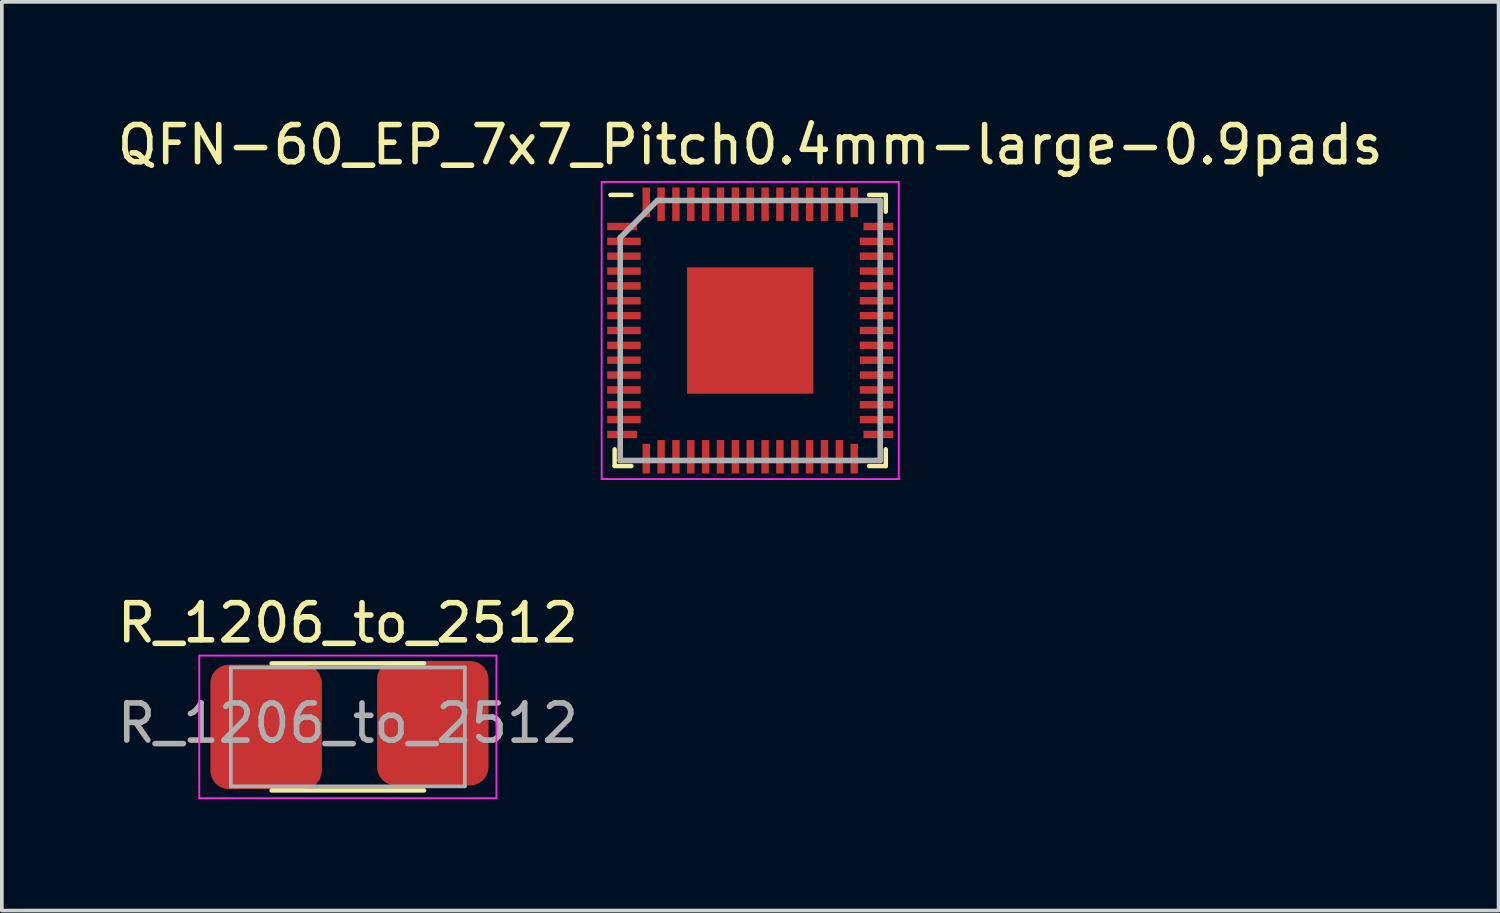
<source format=kicad_pcb>
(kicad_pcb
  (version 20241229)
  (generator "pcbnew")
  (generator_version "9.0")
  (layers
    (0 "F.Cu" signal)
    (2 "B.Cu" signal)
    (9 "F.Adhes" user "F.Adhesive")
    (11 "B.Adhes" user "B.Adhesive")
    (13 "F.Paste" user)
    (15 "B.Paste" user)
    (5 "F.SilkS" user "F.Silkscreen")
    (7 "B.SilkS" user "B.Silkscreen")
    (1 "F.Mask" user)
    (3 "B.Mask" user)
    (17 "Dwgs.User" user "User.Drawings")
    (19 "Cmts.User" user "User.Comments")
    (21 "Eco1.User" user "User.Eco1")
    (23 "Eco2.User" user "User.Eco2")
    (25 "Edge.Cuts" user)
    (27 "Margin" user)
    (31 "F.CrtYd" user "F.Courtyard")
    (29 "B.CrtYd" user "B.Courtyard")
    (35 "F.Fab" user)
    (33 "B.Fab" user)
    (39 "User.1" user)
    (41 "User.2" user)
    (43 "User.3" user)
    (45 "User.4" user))
  (footprint "R_1206_to_2512"
    (layer "F.Cu")
    (at 6.315 16.521)
    (property "Reference" "R_1206_to_2512" (at 0 -2.8 0) (layer "F.SilkS") (effects (font (size 1 1) (thickness 0.15))))
    (attr smd)
    (fp_line (start -2.052 -1.71) (end 2.052 -1.71) (stroke (width 0.12) (type solid)) (layer "F.SilkS"))
    (fp_line (start -2.052 1.71) (end 2.052 1.71) (stroke (width 0.12) (type solid)) (layer "F.SilkS"))
    (fp_line (start -4 -1.92) (end 4 -1.92) (stroke (width 0.05) (type solid)) (layer "F.CrtYd"))
    (fp_line (start -4 1.92) (end -4 -1.92) (stroke (width 0.05) (type solid)) (layer "F.CrtYd"))
    (fp_line (start 4 -1.92) (end 4 1.92) (stroke (width 0.05) (type solid)) (layer "F.CrtYd"))
    (fp_line (start 4 1.92) (end -4 1.92) (stroke (width 0.05) (type solid)) (layer "F.CrtYd"))
    (fp_line (start -3.15 -1.6) (end 3.15 -1.6) (stroke (width 0.1) (type solid)) (layer "F.Fab"))
    (fp_line (start -3.15 1.6) (end -3.15 -1.6) (stroke (width 0.1) (type solid)) (layer "F.Fab"))
    (fp_line (start 3.15 -1.6) (end 3.15 1.6) (stroke (width 0.1) (type solid)) (layer "F.Fab"))
    (fp_line (start 3.15 1.6) (end -3.15 1.6) (stroke (width 0.1) (type solid)) (layer "F.Fab"))
    (fp_text user "${REFERENCE}" (at 0 -0.1 0) (layer "F.Fab") (effects (font (size 1 1) (thickness 0.15))))
    (pad "1" smd roundrect (at -2.2 0) (size 3 3.35) (layers "F.Cu" "F.Mask" "F.Paste") (roundrect_rratio 0.164))
    (pad "2" smd roundrect (at 2.288 -0.1) (size 3 3.35) (layers "F.Cu" "F.Mask" "F.Paste") (roundrect_rratio 0.164)))
  (footprint "QFN-60_EP_7x7_Pitch0.4mm-large-0.9pads"
    (layer "F.Cu")
    (at 17.149 5.848)
    (property "Reference" "QFN-60_EP_7x7_Pitch0.4mm-large-0.9pads" (at 0 -5 0) (layer "F.SilkS") (effects (font (size 1 1) (thickness 0.15))))
    (attr smd)
    (fp_line (start -3.65 3.65) (end -3.65 3.2) (stroke (width 0.12) (type solid)) (layer "F.SilkS"))
    (fp_line (start -3.2 -3.65) (end -3.763 -3.65) (stroke (width 0.12) (type solid)) (layer "F.SilkS"))
    (fp_line (start -3.2 3.65) (end -3.65 3.65) (stroke (width 0.12) (type solid)) (layer "F.SilkS"))
    (fp_line (start 3.2 -3.65) (end 3.65 -3.65) (stroke (width 0.12) (type solid)) (layer "F.SilkS"))
    (fp_line (start 3.2 3.65) (end 3.65 3.65) (stroke (width 0.12) (type solid)) (layer "F.SilkS"))
    (fp_line (start 3.65 -3.65) (end 3.65 -3.2) (stroke (width 0.12) (type solid)) (layer "F.SilkS"))
    (fp_line (start 3.65 3.65) (end 3.65 3.2) (stroke (width 0.12) (type solid)) (layer "F.SilkS"))
    (fp_line (start -4 -4) (end 4 -4) (stroke (width 0.05) (type solid)) (layer "F.CrtYd"))
    (fp_line (start -4 4) (end -4 -4) (stroke (width 0.05) (type solid)) (layer "F.CrtYd"))
    (fp_line (start 4 -4) (end 4 4) (stroke (width 0.05) (type solid)) (layer "F.CrtYd"))
    (fp_line (start 4 4) (end -4 4) (stroke (width 0.05) (type solid)) (layer "F.CrtYd"))
    (fp_line (start -3.5 -2.5) (end -3.5 3.5) (stroke (width 0.15) (type solid)) (layer "F.Fab"))
    (fp_line (start -3.5 3.5) (end 3.5 3.5) (stroke (width 0.15) (type solid)) (layer "F.Fab"))
    (fp_line (start -2.5 -3.5) (end -3.5 -2.5) (stroke (width 0.15) (type solid)) (layer "F.Fab"))
    (fp_line (start 3.5 -3.5) (end -2.5 -3.5) (stroke (width 0.15) (type solid)) (layer "F.Fab"))
    (fp_line (start 3.5 3.5) (end 3.5 -3.5) (stroke (width 0.15) (type solid)) (layer "F.Fab"))
    (pad "1" smd rect (at -3.45 -2.8 90) (size 0.2 0.8) (layers "F.Cu" "F.Mask" "F.Paste"))
    (pad "1" smd rect (at 2.8 -3.45) (size 0.2 0.8) (layers "F.Cu" "F.Mask" "F.Paste"))
    (pad "2" smd rect (at -3.4 -2.4 90) (size 0.2 0.9) (layers "F.Cu" "F.Mask" "F.Paste"))
    (pad "3" smd rect (at -3.4 -2 90) (size 0.2 0.9) (layers "F.Cu" "F.Mask" "F.Paste"))
    (pad "4" smd rect (at -3.4 -1.6 90) (size 0.2 0.9) (layers "F.Cu" "F.Mask" "F.Paste"))
    (pad "5" smd rect (at -3.4 -1.2 90) (size 0.2 0.9) (layers "F.Cu" "F.Mask" "F.Paste"))
    (pad "6" smd rect (at -3.4 -0.8 90) (size 0.2 0.9) (layers "F.Cu" "F.Mask" "F.Paste"))
    (pad "7" smd rect (at -3.4 -0.4 90) (size 0.2 0.9) (layers "F.Cu" "F.Mask" "F.Paste"))
    (pad "8" smd rect (at -3.4 0 90) (size 0.2 0.9) (layers "F.Cu" "F.Mask" "F.Paste"))
    (pad "9" smd rect (at -3.4 0.4 90) (size 0.2 0.9) (layers "F.Cu" "F.Mask" "F.Paste"))
    (pad "10" smd rect (at -3.4 0.8 90) (size 0.2 0.9) (layers "F.Cu" "F.Mask" "F.Paste"))
    (pad "11" smd rect (at -3.4 1.2 90) (size 0.2 0.9) (layers "F.Cu" "F.Mask" "F.Paste"))
    (pad "12" smd rect (at -3.4 1.6 90) (size 0.2 0.9) (layers "F.Cu" "F.Mask" "F.Paste"))
    (pad "13" smd rect (at -3.4 2 90) (size 0.2 0.9) (layers "F.Cu" "F.Mask" "F.Paste"))
    (pad "14" smd rect (at -3.4 2.4 90) (size 0.2 0.9) (layers "F.Cu" "F.Mask" "F.Paste"))
    (pad "15" smd rect (at -3.45 2.8 90) (size 0.2 0.8) (layers "F.Cu" "F.Mask" "F.Paste"))
    (pad "16" smd rect (at -2.8 3.45) (size 0.2 0.8) (layers "F.Cu" "F.Mask" "F.Paste"))
    (pad "17" smd rect (at -2.4 3.4) (size 0.2 0.9) (layers "F.Cu" "F.Mask" "F.Paste"))
    (pad "18" smd rect (at -2 3.4) (size 0.2 0.9) (layers "F.Cu" "F.Mask" "F.Paste"))
    (pad "19" smd rect (at -1.6 3.4) (size 0.2 0.9) (layers "F.Cu" "F.Mask" "F.Paste"))
    (pad "20" smd rect (at -1.2 3.4) (size 0.2 0.9) (layers "F.Cu" "F.Mask" "F.Paste"))
    (pad "21" smd rect (at -0.8 3.4) (size 0.2 0.9) (layers "F.Cu" "F.Mask" "F.Paste"))
    (pad "22" smd rect (at -0.4 3.4) (size 0.2 0.9) (layers "F.Cu" "F.Mask" "F.Paste"))
    (pad "23" smd rect (at 0 3.4) (size 0.2 0.9) (layers "F.Cu" "F.Mask" "F.Paste"))
    (pad "24" smd rect (at 0.4 3.4) (size 0.2 0.9) (layers "F.Cu" "F.Mask" "F.Paste"))
    (pad "25" smd rect (at 0.8 3.4) (size 0.2 0.9) (layers "F.Cu" "F.Mask" "F.Paste"))
    (pad "26" smd rect (at 1.2 3.4) (size 0.2 0.9) (layers "F.Cu" "F.Mask" "F.Paste"))
    (pad "27" smd rect (at 1.6 3.4) (size 0.2 0.9) (layers "F.Cu" "F.Mask" "F.Paste"))
    (pad "28" smd rect (at 2 3.4) (size 0.2 0.9) (layers "F.Cu" "F.Mask" "F.Paste"))
    (pad "29" smd rect (at 2.4 3.4) (size 0.2 0.9) (layers "F.Cu" "F.Mask" "F.Paste"))
    (pad "30" smd rect (at 2.8 3.45) (size 0.2 0.8) (layers "F.Cu" "F.Mask" "F.Paste"))
    (pad "31" smd rect (at 3.45 2.8 90) (size 0.2 0.8) (layers "F.Cu" "F.Mask" "F.Paste"))
    (pad "32" smd rect (at 3.4 2.4 90) (size 0.2 0.9) (layers "F.Cu" "F.Mask" "F.Paste"))
    (pad "33" smd rect (at 3.4 2 90) (size 0.2 0.9) (layers "F.Cu" "F.Mask" "F.Paste"))
    (pad "34" smd rect (at 3.4 1.6 90) (size 0.2 0.9) (layers "F.Cu" "F.Mask" "F.Paste"))
    (pad "35" smd rect (at 3.4 1.2 90) (size 0.2 0.9) (layers "F.Cu" "F.Mask" "F.Paste"))
    (pad "36" smd rect (at 3.4 0.8 90) (size 0.2 0.9) (layers "F.Cu" "F.Mask" "F.Paste"))
    (pad "37" smd rect (at 3.4 0.4 90) (size 0.2 0.9) (layers "F.Cu" "F.Mask" "F.Paste"))
    (pad "38" smd rect (at 3.4 0 90) (size 0.2 0.9) (layers "F.Cu" "F.Mask" "F.Paste"))
    (pad "39" smd rect (at 3.4 -0.4 90) (size 0.2 0.9) (layers "F.Cu" "F.Mask" "F.Paste"))
    (pad "40" smd rect (at 3.4 -0.8 90) (size 0.2 0.9) (layers "F.Cu" "F.Mask" "F.Paste"))
    (pad "41" smd rect (at 3.4 -1.2 90) (size 0.2 0.9) (layers "F.Cu" "F.Mask" "F.Paste"))
    (pad "42" smd rect (at 3.4 -1.6 90) (size 0.2 0.9) (layers "F.Cu" "F.Mask" "F.Paste"))
    (pad "43" smd rect (at 3.4 -2 90) (size 0.2 0.9) (layers "F.Cu" "F.Mask" "F.Paste"))
    (pad "44" smd rect (at 3.4 -2.4 90) (size 0.2 0.9) (layers "F.Cu" "F.Mask" "F.Paste"))
    (pad "45" smd rect (at 3.45 -2.8 90) (size 0.2 0.8) (layers "F.Cu" "F.Mask" "F.Paste"))
    (pad "47" smd rect (at 2.4 -3.4) (size 0.2 0.9) (layers "F.Cu" "F.Mask" "F.Paste"))
    (pad "48" smd rect (at 2 -3.4) (size 0.2 0.9) (layers "F.Cu" "F.Mask" "F.Paste"))
    (pad "49" smd rect (at 1.6 -3.4) (size 0.2 0.9) (layers "F.Cu" "F.Mask" "F.Paste"))
    (pad "50" smd rect (at 1.2 -3.4) (size 0.2 0.9) (layers "F.Cu" "F.Mask" "F.Paste"))
    (pad "51" smd rect (at 0.8 -3.4) (size 0.2 0.9) (layers "F.Cu" "F.Mask" "F.Paste"))
    (pad "52" smd rect (at 0.4 -3.4) (size 0.2 0.9) (layers "F.Cu" "F.Mask" "F.Paste"))
    (pad "53" smd rect (at 0 -3.4) (size 0.2 0.9) (layers "F.Cu" "F.Mask" "F.Paste"))
    (pad "54" smd rect (at -0.4 -3.4) (size 0.2 0.9) (layers "F.Cu" "F.Mask" "F.Paste"))
    (pad "55" smd rect (at -0.8 -3.4) (size 0.2 0.9) (layers "F.Cu" "F.Mask" "F.Paste"))
    (pad "56" smd rect (at -1.2 -3.4) (size 0.2 0.9) (layers "F.Cu" "F.Mask" "F.Paste"))
    (pad "57" smd rect (at -1.6 -3.4) (size 0.2 0.9) (layers "F.Cu" "F.Mask" "F.Paste"))
    (pad "58" smd rect (at -2 -3.4) (size 0.2 0.9) (layers "F.Cu" "F.Mask" "F.Paste"))
    (pad "59" smd rect (at -2.4 -3.4) (size 0.2 0.9) (layers "F.Cu" "F.Mask" "F.Paste"))
    (pad "60" smd rect (at -2.8 -3.45) (size 0.2 0.8) (layers "F.Cu" "F.Mask" "F.Paste"))
    (pad "61" smd rect (at 0 0) (size 3.4 3.4) (layers "F.Cu" "F.Mask" "F.Paste")))
  (gr_rect
    (start -3 -3)
    (end 37.298 21.466)
    (stroke (width 0.1) (type default))
    (fill no)
    (layer "Edge.Cuts")))
</source>
